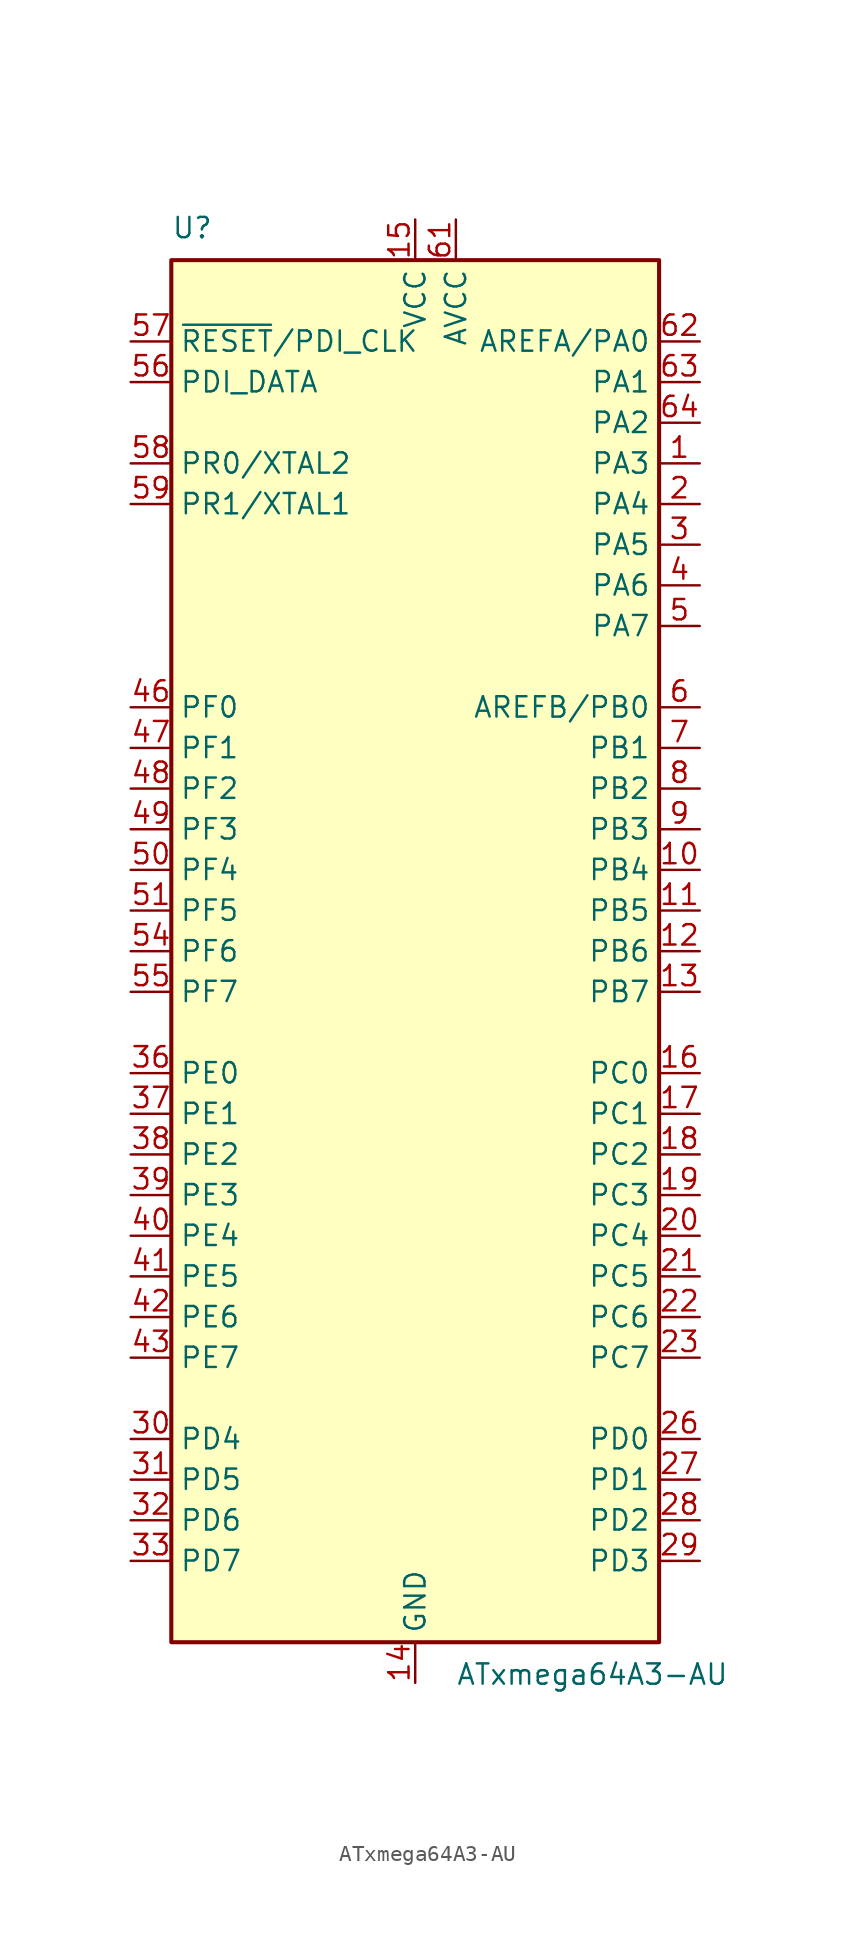
<source format=kicad_sym>
(kicad_symbol_lib
  (version 20201005)
  (generator kicad_symbol_editor)
  (symbol "ATxmega64A3-AU"
    (property "Reference" "U"
      (at -15.24 44.45 0)
      (effects (font (size 1.27 1.27)) (justify left bottom)))
    (property "Value" "ATxmega64A3-AU"
      (at 2.54 -44.45 0)
      (effects (font (size 1.27 1.27)) (justify left top)))
    (symbol "ATxmega64A3-AU_0_1"
      (rectangle (start -15.24 -43.18) (end 15.24 43.18) (stroke (width 0.254)) (fill (type background))))
    (symbol "ATxmega64A3-AU_1_1"
      (pin tri_state line (at 17.78 30.48 180) (length 2.54) (name "PA3" (effects (font (size 1.27 1.27)))) (number "1" (effects (font (size 1.27 1.27)))))
      (pin tri_state line (at 17.78 5.08 180) (length 2.54) (name "PB4" (effects (font (size 1.27 1.27)))) (number "10" (effects (font (size 1.27 1.27)))))
      (pin tri_state line (at 17.78 2.54 180) (length 2.54) (name "PB5" (effects (font (size 1.27 1.27)))) (number "11" (effects (font (size 1.27 1.27)))))
      (pin tri_state line (at 17.78 0 180) (length 2.54) (name "PB6" (effects (font (size 1.27 1.27)))) (number "12" (effects (font (size 1.27 1.27)))))
      (pin tri_state line (at 17.78 -2.54 180) (length 2.54) (name "PB7" (effects (font (size 1.27 1.27)))) (number "13" (effects (font (size 1.27 1.27)))))
      (pin power_in line (at 0 -45.72 90) (length 2.54) (name "GND" (effects (font (size 1.27 1.27)))) (number "14" (effects (font (size 1.27 1.27)))))
      (pin power_in line (at 0 45.72 270) (length 2.54) (name "VCC" (effects (font (size 1.27 1.27)))) (number "15" (effects (font (size 1.27 1.27)))))
      (pin tri_state line (at 17.78 -7.62 180) (length 2.54) (name "PC0" (effects (font (size 1.27 1.27)))) (number "16" (effects (font (size 1.27 1.27)))))
      (pin tri_state line (at 17.78 -10.16 180) (length 2.54) (name "PC1" (effects (font (size 1.27 1.27)))) (number "17" (effects (font (size 1.27 1.27)))))
      (pin tri_state line (at 17.78 -12.7 180) (length 2.54) (name "PC2" (effects (font (size 1.27 1.27)))) (number "18" (effects (font (size 1.27 1.27)))))
      (pin tri_state line (at 17.78 -15.24 180) (length 2.54) (name "PC3" (effects (font (size 1.27 1.27)))) (number "19" (effects (font (size 1.27 1.27)))))
      (pin tri_state line (at 17.78 27.94 180) (length 2.54) (name "PA4" (effects (font (size 1.27 1.27)))) (number "2" (effects (font (size 1.27 1.27)))))
      (pin tri_state line (at 17.78 -17.78 180) (length 2.54) (name "PC4" (effects (font (size 1.27 1.27)))) (number "20" (effects (font (size 1.27 1.27)))))
      (pin tri_state line (at 17.78 -20.32 180) (length 2.54) (name "PC5" (effects (font (size 1.27 1.27)))) (number "21" (effects (font (size 1.27 1.27)))))
      (pin tri_state line (at 17.78 -22.86 180) (length 2.54) (name "PC6" (effects (font (size 1.27 1.27)))) (number "22" (effects (font (size 1.27 1.27)))))
      (pin tri_state line (at 17.78 -25.4 180) (length 2.54) (name "PC7" (effects (font (size 1.27 1.27)))) (number "23" (effects (font (size 1.27 1.27)))))
      (pin passive line (at 0 -45.72 90) (length 2.54) hide (name "GND" (effects (font (size 1.27 1.27)))) (number "24" (effects (font (size 1.27 1.27)))))
      (pin passive line (at 0 45.72 270) (length 2.54) hide (name "VCC" (effects (font (size 1.27 1.27)))) (number "25" (effects (font (size 1.27 1.27)))))
      (pin tri_state line (at 17.78 -30.48 180) (length 2.54) (name "PD0" (effects (font (size 1.27 1.27)))) (number "26" (effects (font (size 1.27 1.27)))))
      (pin tri_state line (at 17.78 -33.02 180) (length 2.54) (name "PD1" (effects (font (size 1.27 1.27)))) (number "27" (effects (font (size 1.27 1.27)))))
      (pin tri_state line (at 17.78 -35.56 180) (length 2.54) (name "PD2" (effects (font (size 1.27 1.27)))) (number "28" (effects (font (size 1.27 1.27)))))
      (pin tri_state line (at 17.78 -38.1 180) (length 2.54) (name "PD3" (effects (font (size 1.27 1.27)))) (number "29" (effects (font (size 1.27 1.27)))))
      (pin tri_state line (at 17.78 25.4 180) (length 2.54) (name "PA5" (effects (font (size 1.27 1.27)))) (number "3" (effects (font (size 1.27 1.27)))))
      (pin tri_state line (at -17.78 -30.48 0) (length 2.54) (name "PD4" (effects (font (size 1.27 1.27)))) (number "30" (effects (font (size 1.27 1.27)))))
      (pin tri_state line (at -17.78 -33.02 0) (length 2.54) (name "PD5" (effects (font (size 1.27 1.27)))) (number "31" (effects (font (size 1.27 1.27)))))
      (pin tri_state line (at -17.78 -35.56 0) (length 2.54) (name "PD6" (effects (font (size 1.27 1.27)))) (number "32" (effects (font (size 1.27 1.27)))))
      (pin tri_state line (at -17.78 -38.1 0) (length 2.54) (name "PD7" (effects (font (size 1.27 1.27)))) (number "33" (effects (font (size 1.27 1.27)))))
      (pin passive line (at 0 -45.72 90) (length 2.54) hide (name "GND" (effects (font (size 1.27 1.27)))) (number "34" (effects (font (size 1.27 1.27)))))
      (pin passive line (at 0 45.72 270) (length 2.54) hide (name "VCC" (effects (font (size 1.27 1.27)))) (number "35" (effects (font (size 1.27 1.27)))))
      (pin tri_state line (at -17.78 -7.62 0) (length 2.54) (name "PE0" (effects (font (size 1.27 1.27)))) (number "36" (effects (font (size 1.27 1.27)))))
      (pin tri_state line (at -17.78 -10.16 0) (length 2.54) (name "PE1" (effects (font (size 1.27 1.27)))) (number "37" (effects (font (size 1.27 1.27)))))
      (pin tri_state line (at -17.78 -12.7 0) (length 2.54) (name "PE2" (effects (font (size 1.27 1.27)))) (number "38" (effects (font (size 1.27 1.27)))))
      (pin tri_state line (at -17.78 -15.24 0) (length 2.54) (name "PE3" (effects (font (size 1.27 1.27)))) (number "39" (effects (font (size 1.27 1.27)))))
      (pin tri_state line (at 17.78 22.86 180) (length 2.54) (name "PA6" (effects (font (size 1.27 1.27)))) (number "4" (effects (font (size 1.27 1.27)))))
      (pin tri_state line (at -17.78 -17.78 0) (length 2.54) (name "PE4" (effects (font (size 1.27 1.27)))) (number "40" (effects (font (size 1.27 1.27)))))
      (pin tri_state line (at -17.78 -20.32 0) (length 2.54) (name "PE5" (effects (font (size 1.27 1.27)))) (number "41" (effects (font (size 1.27 1.27)))))
      (pin tri_state line (at -17.78 -22.86 0) (length 2.54) (name "PE6" (effects (font (size 1.27 1.27)))) (number "42" (effects (font (size 1.27 1.27)))))
      (pin tri_state line (at -17.78 -25.4 0) (length 2.54) (name "PE7" (effects (font (size 1.27 1.27)))) (number "43" (effects (font (size 1.27 1.27)))))
      (pin passive line (at 0 -45.72 90) (length 2.54) hide (name "GND" (effects (font (size 1.27 1.27)))) (number "44" (effects (font (size 1.27 1.27)))))
      (pin passive line (at 0 45.72 270) (length 2.54) hide (name "VCC" (effects (font (size 1.27 1.27)))) (number "45" (effects (font (size 1.27 1.27)))))
      (pin tri_state line (at -17.78 15.24 0) (length 2.54) (name "PF0" (effects (font (size 1.27 1.27)))) (number "46" (effects (font (size 1.27 1.27)))))
      (pin tri_state line (at -17.78 12.7 0) (length 2.54) (name "PF1" (effects (font (size 1.27 1.27)))) (number "47" (effects (font (size 1.27 1.27)))))
      (pin tri_state line (at -17.78 10.16 0) (length 2.54) (name "PF2" (effects (font (size 1.27 1.27)))) (number "48" (effects (font (size 1.27 1.27)))))
      (pin tri_state line (at -17.78 7.62 0) (length 2.54) (name "PF3" (effects (font (size 1.27 1.27)))) (number "49" (effects (font (size 1.27 1.27)))))
      (pin tri_state line (at 17.78 20.32 180) (length 2.54) (name "PA7" (effects (font (size 1.27 1.27)))) (number "5" (effects (font (size 1.27 1.27)))))
      (pin tri_state line (at -17.78 5.08 0) (length 2.54) (name "PF4" (effects (font (size 1.27 1.27)))) (number "50" (effects (font (size 1.27 1.27)))))
      (pin tri_state line (at -17.78 2.54 0) (length 2.54) (name "PF5" (effects (font (size 1.27 1.27)))) (number "51" (effects (font (size 1.27 1.27)))))
      (pin passive line (at 0 -45.72 90) (length 2.54) hide (name "GND" (effects (font (size 1.27 1.27)))) (number "52" (effects (font (size 1.27 1.27)))))
      (pin passive line (at 0 45.72 270) (length 2.54) hide (name "VCC" (effects (font (size 1.27 1.27)))) (number "53" (effects (font (size 1.27 1.27)))))
      (pin tri_state line (at -17.78 0 0) (length 2.54) (name "PF6" (effects (font (size 1.27 1.27)))) (number "54" (effects (font (size 1.27 1.27)))))
      (pin tri_state line (at -17.78 -2.54 0) (length 2.54) (name "PF7" (effects (font (size 1.27 1.27)))) (number "55" (effects (font (size 1.27 1.27)))))
      (pin bidirectional line (at -17.78 35.56 0) (length 2.54) (name "PDI_DATA" (effects (font (size 1.27 1.27)))) (number "56" (effects (font (size 1.27 1.27)))))
      (pin input line (at -17.78 38.1 0) (length 2.54) (name "~RESET~/PDI_CLK" (effects (font (size 1.27 1.27)))) (number "57" (effects (font (size 1.27 1.27)))))
      (pin tri_state line (at -17.78 30.48 0) (length 2.54) (name "PR0/XTAL2" (effects (font (size 1.27 1.27)))) (number "58" (effects (font (size 1.27 1.27)))))
      (pin tri_state line (at -17.78 27.94 0) (length 2.54) (name "PR1/XTAL1" (effects (font (size 1.27 1.27)))) (number "59" (effects (font (size 1.27 1.27)))))
      (pin tri_state line (at 17.78 15.24 180) (length 2.54) (name "AREFB/PB0" (effects (font (size 1.27 1.27)))) (number "6" (effects (font (size 1.27 1.27)))))
      (pin passive line (at 0 -45.72 90) (length 2.54) hide (name "GND" (effects (font (size 1.27 1.27)))) (number "60" (effects (font (size 1.27 1.27)))))
      (pin power_in line (at 2.54 45.72 270) (length 2.54) (name "AVCC" (effects (font (size 1.27 1.27)))) (number "61" (effects (font (size 1.27 1.27)))))
      (pin tri_state line (at 17.78 38.1 180) (length 2.54) (name "AREFA/PA0" (effects (font (size 1.27 1.27)))) (number "62" (effects (font (size 1.27 1.27)))))
      (pin tri_state line (at 17.78 35.56 180) (length 2.54) (name "PA1" (effects (font (size 1.27 1.27)))) (number "63" (effects (font (size 1.27 1.27)))))
      (pin tri_state line (at 17.78 33.02 180) (length 2.54) (name "PA2" (effects (font (size 1.27 1.27)))) (number "64" (effects (font (size 1.27 1.27)))))
      (pin tri_state line (at 17.78 12.7 180) (length 2.54) (name "PB1" (effects (font (size 1.27 1.27)))) (number "7" (effects (font (size 1.27 1.27)))))
      (pin tri_state line (at 17.78 10.16 180) (length 2.54) (name "PB2" (effects (font (size 1.27 1.27)))) (number "8" (effects (font (size 1.27 1.27)))))
      (pin tri_state line (at 17.78 7.62 180) (length 2.54) (name "PB3" (effects (font (size 1.27 1.27)))) (number "9" (effects (font (size 1.27 1.27))))))))
</source>
